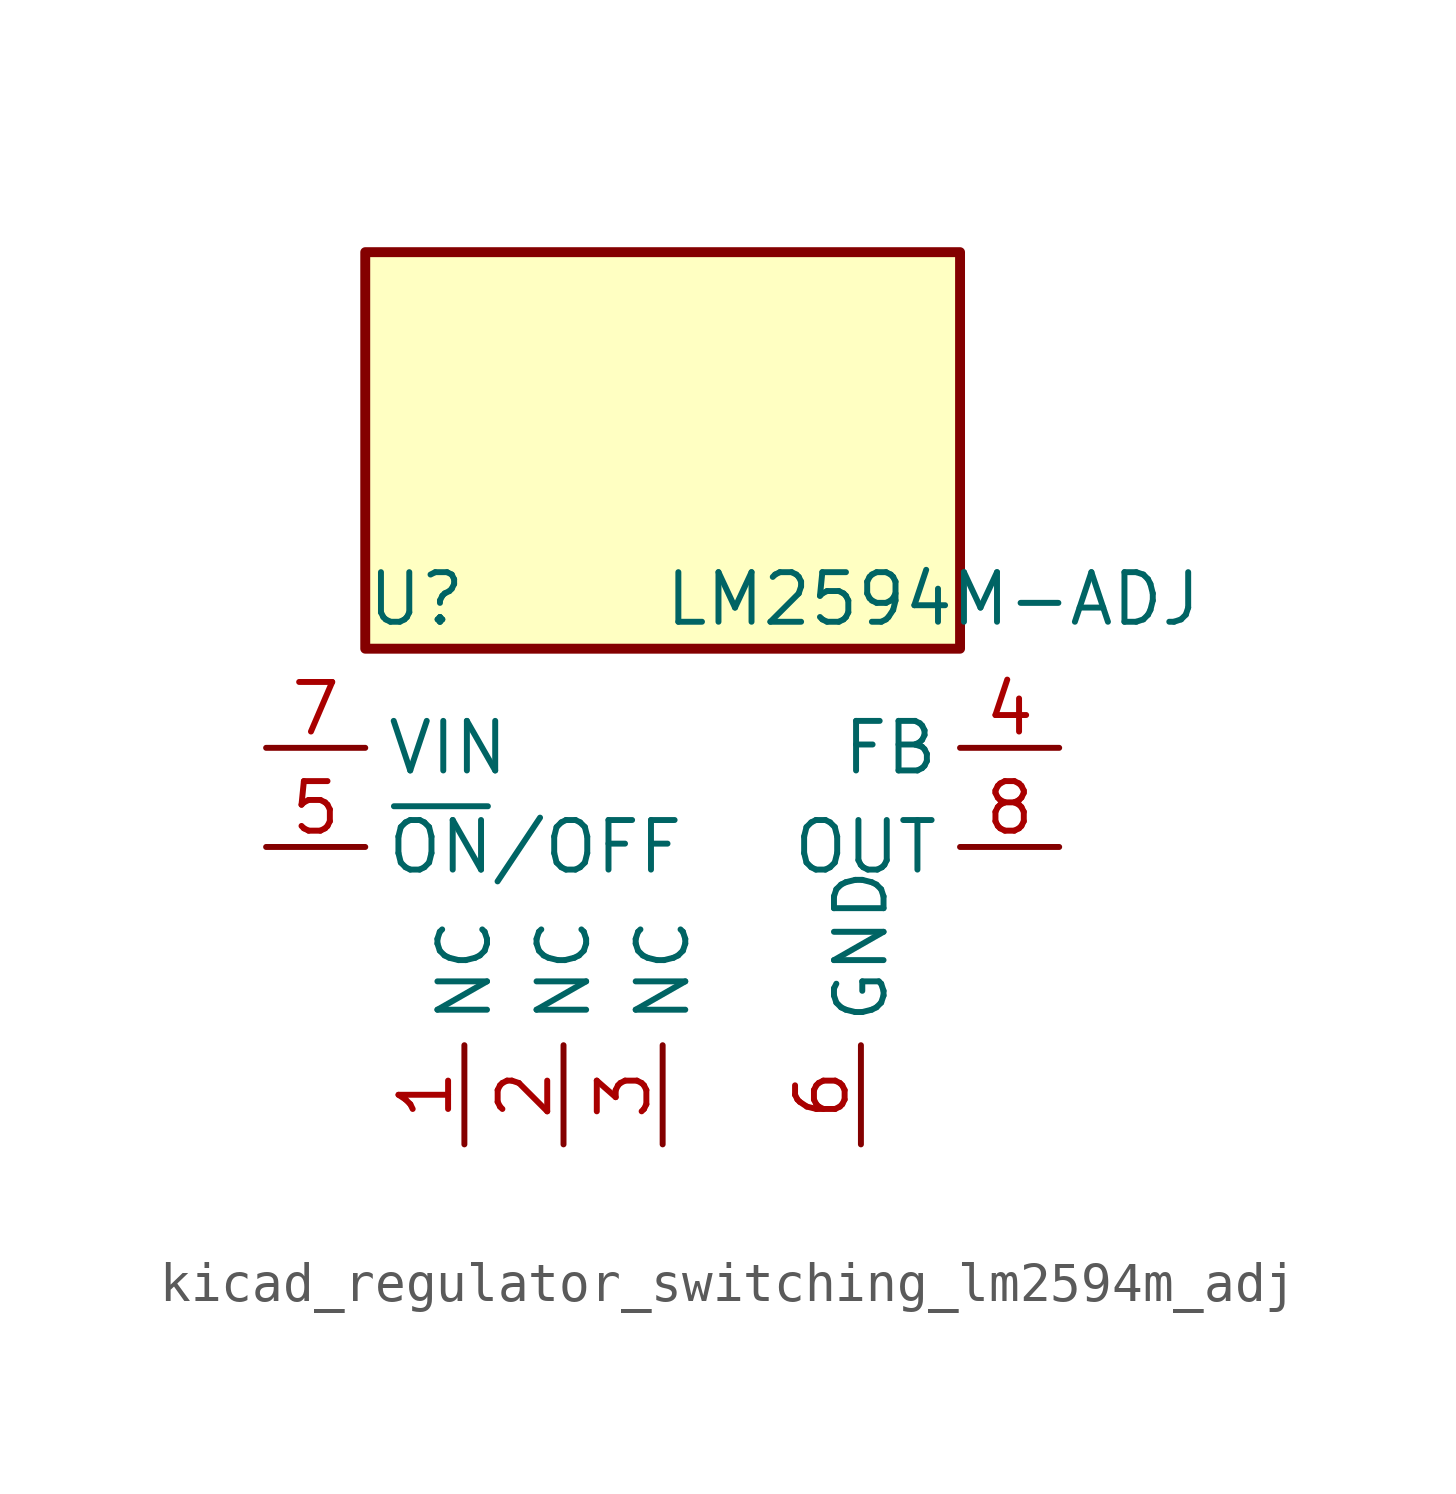
<source format=kicad_sym>
(kicad_symbol_lib
  (version 20220914)
  (generator kicad_symbol_editor)
  (symbol "kicad_regulator_switching_lm2594m_adj"
    (property "Reference" "U"
      (at -7.62 6.35 0)
      (effects (font (size 1.27 1.27)) (justify left)))
    (property "Value" "LM2594M-ADJ"
      (at 0 6.35 0)
      (effects (font (size 1.27 1.27)) (justify left)))
    (symbol "kicad_regulator_switching_lm2594m_adj_0_1"
      (rectangle (start 7.62 15.24) (end -7.62 5.08) (stroke (width 0.254) (type default)) (fill (type background))))
    (symbol "kicad_regulator_switching_lm2594m_adj_1_1"
      (pin passive line (at -5.08 -7.62 90) (length 2.54) (name "NC" (effects (font (size 1.27 1.27)))) (number "1" (effects (font (size 1.27 1.27)))))
      (pin passive line (at -2.54 -7.62 90) (length 2.54) (name "NC" (effects (font (size 1.27 1.27)))) (number "2" (effects (font (size 1.27 1.27)))))
      (pin passive line (at 0 -7.62 90) (length 2.54) (name "NC" (effects (font (size 1.27 1.27)))) (number "3" (effects (font (size 1.27 1.27)))))
      (pin input line (at 10.16 2.54 180) (length 2.54) (name "FB" (effects (font (size 1.27 1.27)))) (number "4" (effects (font (size 1.27 1.27)))))
      (pin input line (at -10.16 0 0) (length 2.54) (name "~{ON}/OFF" (effects (font (size 1.27 1.27)))) (number "5" (effects (font (size 1.27 1.27)))))
      (pin power_in line (at 5.08 -7.62 90) (length 2.54) (name "GND" (effects (font (size 1.27 1.27)))) (number "6" (effects (font (size 1.27 1.27)))))
      (pin power_in line (at -10.16 2.54 0) (length 2.54) (name "VIN" (effects (font (size 1.27 1.27)))) (number "7" (effects (font (size 1.27 1.27)))))
      (pin output line (at 10.16 0 180) (length 2.54) (name "OUT" (effects (font (size 1.27 1.27)))) (number "8" (effects (font (size 1.27 1.27))))))))
</source>
